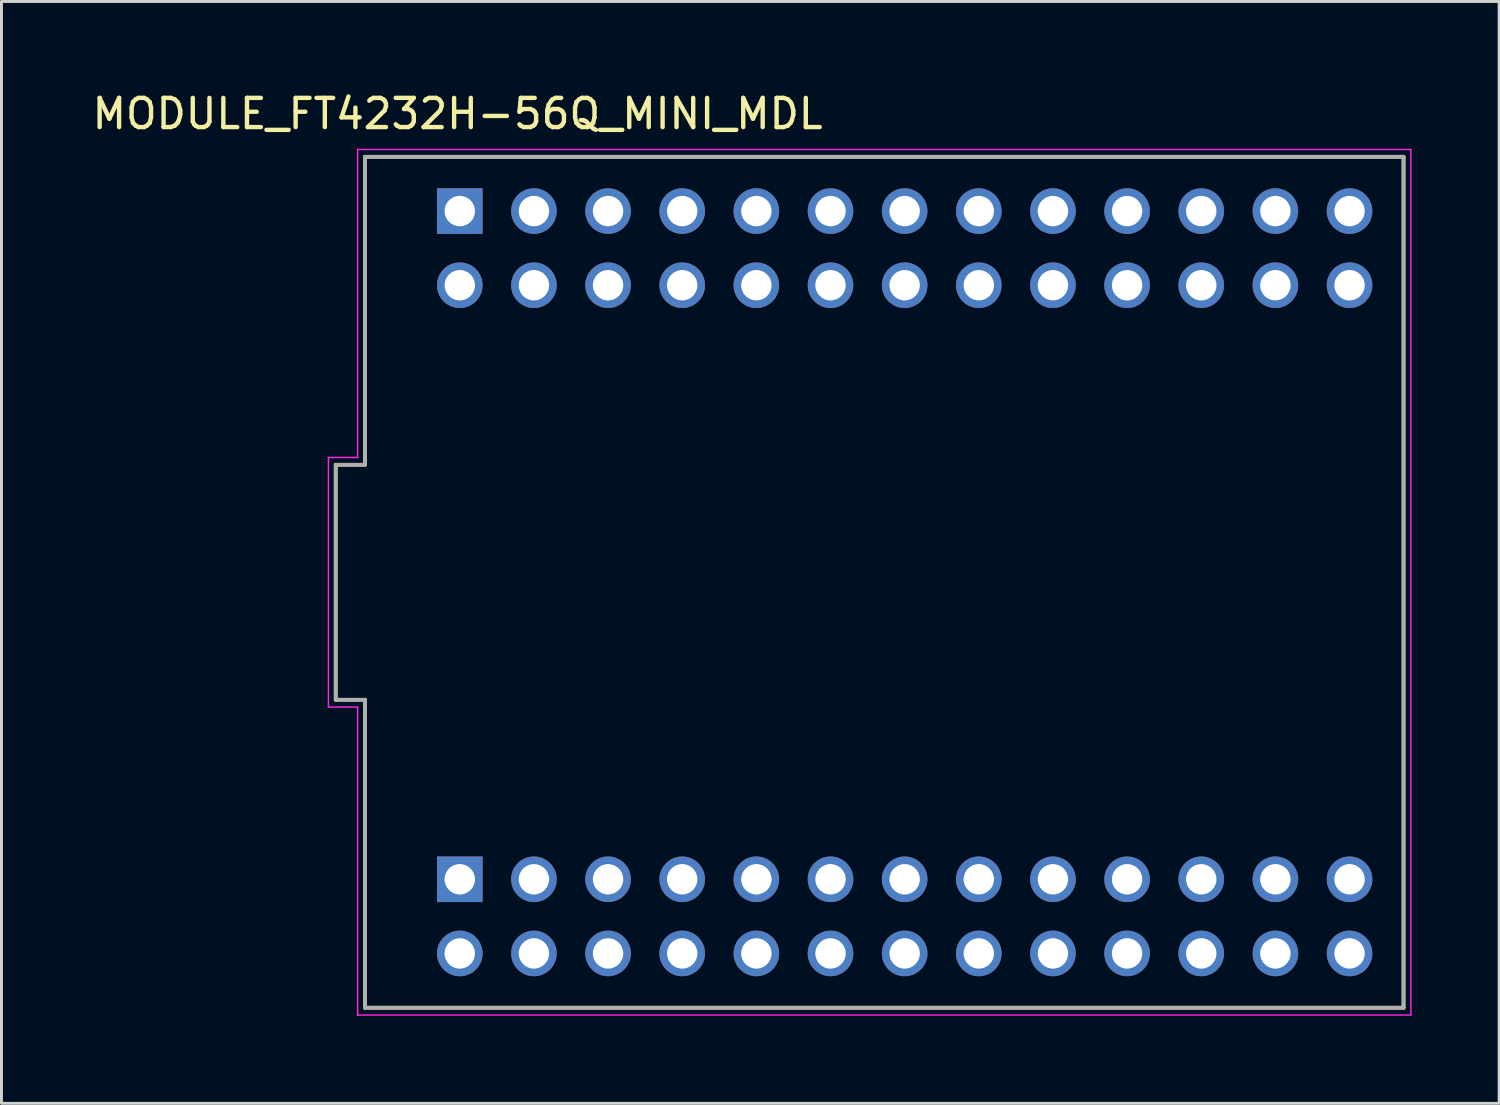
<source format=kicad_pcb>
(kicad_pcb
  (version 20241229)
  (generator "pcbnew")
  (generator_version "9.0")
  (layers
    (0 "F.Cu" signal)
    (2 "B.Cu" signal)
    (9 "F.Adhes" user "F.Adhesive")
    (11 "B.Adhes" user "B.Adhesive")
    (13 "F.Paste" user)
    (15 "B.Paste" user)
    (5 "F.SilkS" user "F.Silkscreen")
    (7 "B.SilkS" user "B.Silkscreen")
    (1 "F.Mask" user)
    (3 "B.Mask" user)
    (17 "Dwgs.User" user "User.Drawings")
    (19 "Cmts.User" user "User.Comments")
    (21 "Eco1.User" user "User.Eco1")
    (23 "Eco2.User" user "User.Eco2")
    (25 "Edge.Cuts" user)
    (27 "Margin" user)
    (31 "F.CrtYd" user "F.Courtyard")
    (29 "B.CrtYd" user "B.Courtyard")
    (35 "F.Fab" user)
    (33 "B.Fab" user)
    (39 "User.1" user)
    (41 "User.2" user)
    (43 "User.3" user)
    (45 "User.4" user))
  (footprint "MODULE_FT4232H-56Q_MINI_MDL"
    (layer "F.Cu")
    (at 27.24 16.896)
    (property "Reference" "MODULE_FT4232H-56Q_MINI_MDL" (at -14.615 -16.048 0) (layer "F.SilkS") (effects (font (size 1 1) (thickness 0.15))))
    (attr through_hole)
    (fp_line (start -18.79 -4.025) (end -18.79 4.025) (stroke (width 0.127) (type solid)) (layer "F.SilkS"))
    (fp_line (start -18.79 4.025) (end -17.79 4.025) (stroke (width 0.127) (type solid)) (layer "F.SilkS"))
    (fp_line (start -17.79 -14.575) (end -17.79 -4.025) (stroke (width 0.127) (type solid)) (layer "F.SilkS"))
    (fp_line (start -17.79 -4.025) (end -18.79 -4.025) (stroke (width 0.127) (type solid)) (layer "F.SilkS"))
    (fp_line (start -17.79 4.025) (end -17.79 14.575) (stroke (width 0.127) (type solid)) (layer "F.SilkS"))
    (fp_line (start -17.79 14.575) (end 17.79 14.575) (stroke (width 0.127) (type solid)) (layer "F.SilkS"))
    (fp_line (start 17.79 -14.575) (end -17.79 -14.575) (stroke (width 0.127) (type solid)) (layer "F.SilkS"))
    (fp_line (start 17.79 14.575) (end 17.79 -14.575) (stroke (width 0.127) (type solid)) (layer "F.SilkS"))
    (fp_line (start -19.04 -4.275) (end -19.04 4.275) (stroke (width 0.05) (type solid)) (layer "F.CrtYd"))
    (fp_line (start -19.04 4.275) (end -18.04 4.275) (stroke (width 0.05) (type solid)) (layer "F.CrtYd"))
    (fp_line (start -18.04 -14.825) (end -18.04 -4.275) (stroke (width 0.05) (type solid)) (layer "F.CrtYd"))
    (fp_line (start -18.04 -4.275) (end -19.04 -4.275) (stroke (width 0.05) (type solid)) (layer "F.CrtYd"))
    (fp_line (start -18.04 4.275) (end -18.04 14.825) (stroke (width 0.05) (type solid)) (layer "F.CrtYd"))
    (fp_line (start -18.04 14.825) (end 18.04 14.825) (stroke (width 0.05) (type solid)) (layer "F.CrtYd"))
    (fp_line (start 18.04 -14.825) (end -18.04 -14.825) (stroke (width 0.05) (type solid)) (layer "F.CrtYd"))
    (fp_line (start 18.04 14.825) (end 18.04 -14.825) (stroke (width 0.05) (type solid)) (layer "F.CrtYd"))
    (fp_line (start -18.79 -4.025) (end -18.79 4.025) (stroke (width 0.127) (type solid)) (layer "F.Fab"))
    (fp_line (start -18.79 4.025) (end -17.79 4.025) (stroke (width 0.127) (type solid)) (layer "F.Fab"))
    (fp_line (start -17.79 -14.575) (end -17.79 -4.025) (stroke (width 0.127) (type solid)) (layer "F.Fab"))
    (fp_line (start -17.79 -4.025) (end -18.79 -4.025) (stroke (width 0.127) (type solid)) (layer "F.Fab"))
    (fp_line (start -17.79 4.025) (end -17.79 14.575) (stroke (width 0.127) (type solid)) (layer "F.Fab"))
    (fp_line (start -17.79 14.575) (end 17.79 14.575) (stroke (width 0.127) (type solid)) (layer "F.Fab"))
    (fp_line (start 17.79 -14.575) (end -17.79 -14.575) (stroke (width 0.127) (type solid)) (layer "F.Fab"))
    (fp_line (start 17.79 14.575) (end 17.79 -14.575) (stroke (width 0.127) (type solid)) (layer "F.Fab"))
    (pad "CN2_1" thru_hole rect (at -14.54 10.175) (size 1.562 1.562) (drill 1.041) (layers "*.Cu" "*.Mask"))
    (pad "CN2_2" thru_hole circle (at -14.54 12.715) (size 1.562 1.562) (drill 1.041) (layers "*.Cu" "*.Mask"))
    (pad "CN2_3" thru_hole circle (at -12 10.175) (size 1.562 1.562) (drill 1.041) (layers "*.Cu" "*.Mask"))
    (pad "CN2_4" thru_hole circle (at -12 12.715) (size 1.562 1.562) (drill 1.041) (layers "*.Cu" "*.Mask"))
    (pad "CN2_5" thru_hole circle (at -9.46 10.175) (size 1.562 1.562) (drill 1.041) (layers "*.Cu" "*.Mask"))
    (pad "CN2_6" thru_hole circle (at -9.46 12.715) (size 1.562 1.562) (drill 1.041) (layers "*.Cu" "*.Mask"))
    (pad "CN2_7" thru_hole circle (at -6.92 10.175) (size 1.562 1.562) (drill 1.041) (layers "*.Cu" "*.Mask"))
    (pad "CN2_8" thru_hole circle (at -6.92 12.715) (size 1.562 1.562) (drill 1.041) (layers "*.Cu" "*.Mask"))
    (pad "CN2_9" thru_hole circle (at -4.38 10.175) (size 1.562 1.562) (drill 1.041) (layers "*.Cu" "*.Mask"))
    (pad "CN2_10" thru_hole circle (at -4.38 12.715) (size 1.562 1.562) (drill 1.041) (layers "*.Cu" "*.Mask"))
    (pad "CN2_11" thru_hole circle (at -1.84 10.175) (size 1.562 1.562) (drill 1.041) (layers "*.Cu" "*.Mask"))
    (pad "CN2_12" thru_hole circle (at -1.84 12.715) (size 1.562 1.562) (drill 1.041) (layers "*.Cu" "*.Mask"))
    (pad "CN2_13" thru_hole circle (at 0.7 10.175) (size 1.562 1.562) (drill 1.041) (layers "*.Cu" "*.Mask"))
    (pad "CN2_14" thru_hole circle (at 0.7 12.715) (size 1.562 1.562) (drill 1.041) (layers "*.Cu" "*.Mask"))
    (pad "CN2_15" thru_hole circle (at 3.24 10.175) (size 1.562 1.562) (drill 1.041) (layers "*.Cu" "*.Mask"))
    (pad "CN2_16" thru_hole circle (at 3.24 12.715) (size 1.562 1.562) (drill 1.041) (layers "*.Cu" "*.Mask"))
    (pad "CN2_17" thru_hole circle (at 5.78 10.175) (size 1.562 1.562) (drill 1.041) (layers "*.Cu" "*.Mask"))
    (pad "CN2_18" thru_hole circle (at 5.78 12.715) (size 1.562 1.562) (drill 1.041) (layers "*.Cu" "*.Mask"))
    (pad "CN2_19" thru_hole circle (at 8.32 10.175) (size 1.562 1.562) (drill 1.041) (layers "*.Cu" "*.Mask"))
    (pad "CN2_20" thru_hole circle (at 8.32 12.715) (size 1.562 1.562) (drill 1.041) (layers "*.Cu" "*.Mask"))
    (pad "CN2_21" thru_hole circle (at 10.86 10.175) (size 1.562 1.562) (drill 1.041) (layers "*.Cu" "*.Mask"))
    (pad "CN2_22" thru_hole circle (at 10.86 12.715) (size 1.562 1.562) (drill 1.041) (layers "*.Cu" "*.Mask"))
    (pad "CN2_23" thru_hole circle (at 13.4 10.175) (size 1.562 1.562) (drill 1.041) (layers "*.Cu" "*.Mask"))
    (pad "CN2_24" thru_hole circle (at 13.4 12.715) (size 1.562 1.562) (drill 1.041) (layers "*.Cu" "*.Mask"))
    (pad "CN2_25" thru_hole circle (at 15.94 10.175) (size 1.562 1.562) (drill 1.041) (layers "*.Cu" "*.Mask"))
    (pad "CN2_26" thru_hole circle (at 15.94 12.715) (size 1.562 1.562) (drill 1.041) (layers "*.Cu" "*.Mask"))
    (pad "CN3_1" thru_hole rect (at -14.54 -12.715) (size 1.562 1.562) (drill 1.041) (layers "*.Cu" "*.Mask"))
    (pad "CN3_2" thru_hole circle (at -14.54 -10.175) (size 1.562 1.562) (drill 1.041) (layers "*.Cu" "*.Mask"))
    (pad "CN3_3" thru_hole circle (at -12 -12.715) (size 1.562 1.562) (drill 1.041) (layers "*.Cu" "*.Mask"))
    (pad "CN3_4" thru_hole circle (at -12 -10.175) (size 1.562 1.562) (drill 1.041) (layers "*.Cu" "*.Mask"))
    (pad "CN3_5" thru_hole circle (at -9.46 -12.715) (size 1.562 1.562) (drill 1.041) (layers "*.Cu" "*.Mask"))
    (pad "CN3_6" thru_hole circle (at -9.46 -10.175) (size 1.562 1.562) (drill 1.041) (layers "*.Cu" "*.Mask"))
    (pad "CN3_7" thru_hole circle (at -6.92 -12.715) (size 1.562 1.562) (drill 1.041) (layers "*.Cu" "*.Mask"))
    (pad "CN3_8" thru_hole circle (at -6.92 -10.175) (size 1.562 1.562) (drill 1.041) (layers "*.Cu" "*.Mask"))
    (pad "CN3_9" thru_hole circle (at -4.38 -12.715) (size 1.562 1.562) (drill 1.041) (layers "*.Cu" "*.Mask"))
    (pad "CN3_10" thru_hole circle (at -4.38 -10.175) (size 1.562 1.562) (drill 1.041) (layers "*.Cu" "*.Mask"))
    (pad "CN3_11" thru_hole circle (at -1.84 -12.715) (size 1.562 1.562) (drill 1.041) (layers "*.Cu" "*.Mask"))
    (pad "CN3_12" thru_hole circle (at -1.84 -10.175) (size 1.562 1.562) (drill 1.041) (layers "*.Cu" "*.Mask"))
    (pad "CN3_13" thru_hole circle (at 0.7 -12.715) (size 1.562 1.562) (drill 1.041) (layers "*.Cu" "*.Mask"))
    (pad "CN3_14" thru_hole circle (at 0.7 -10.175) (size 1.562 1.562) (drill 1.041) (layers "*.Cu" "*.Mask"))
    (pad "CN3_15" thru_hole circle (at 3.24 -12.715) (size 1.562 1.562) (drill 1.041) (layers "*.Cu" "*.Mask"))
    (pad "CN3_16" thru_hole circle (at 3.24 -10.175) (size 1.562 1.562) (drill 1.041) (layers "*.Cu" "*.Mask"))
    (pad "CN3_17" thru_hole circle (at 5.78 -12.715) (size 1.562 1.562) (drill 1.041) (layers "*.Cu" "*.Mask"))
    (pad "CN3_18" thru_hole circle (at 5.78 -10.175) (size 1.562 1.562) (drill 1.041) (layers "*.Cu" "*.Mask"))
    (pad "CN3_19" thru_hole circle (at 8.32 -12.715) (size 1.562 1.562) (drill 1.041) (layers "*.Cu" "*.Mask"))
    (pad "CN3_20" thru_hole circle (at 8.32 -10.175) (size 1.562 1.562) (drill 1.041) (layers "*.Cu" "*.Mask"))
    (pad "CN3_21" thru_hole circle (at 10.86 -12.715) (size 1.562 1.562) (drill 1.041) (layers "*.Cu" "*.Mask"))
    (pad "CN3_22" thru_hole circle (at 10.86 -10.175) (size 1.562 1.562) (drill 1.041) (layers "*.Cu" "*.Mask"))
    (pad "CN3_23" thru_hole circle (at 13.4 -12.715) (size 1.562 1.562) (drill 1.041) (layers "*.Cu" "*.Mask"))
    (pad "CN3_24" thru_hole circle (at 13.4 -10.175) (size 1.562 1.562) (drill 1.041) (layers "*.Cu" "*.Mask"))
    (pad "CN3_25" thru_hole circle (at 15.94 -12.715) (size 1.562 1.562) (drill 1.041) (layers "*.Cu" "*.Mask"))
    (pad "CN3_26" thru_hole circle (at 15.94 -10.175) (size 1.562 1.562) (drill 1.041) (layers "*.Cu" "*.Mask")))
  (gr_rect
    (start -3 -3)
    (end 48.305 34.746)
    (stroke (width 0.1) (type default))
    (fill no)
    (layer "Edge.Cuts")))
</source>
